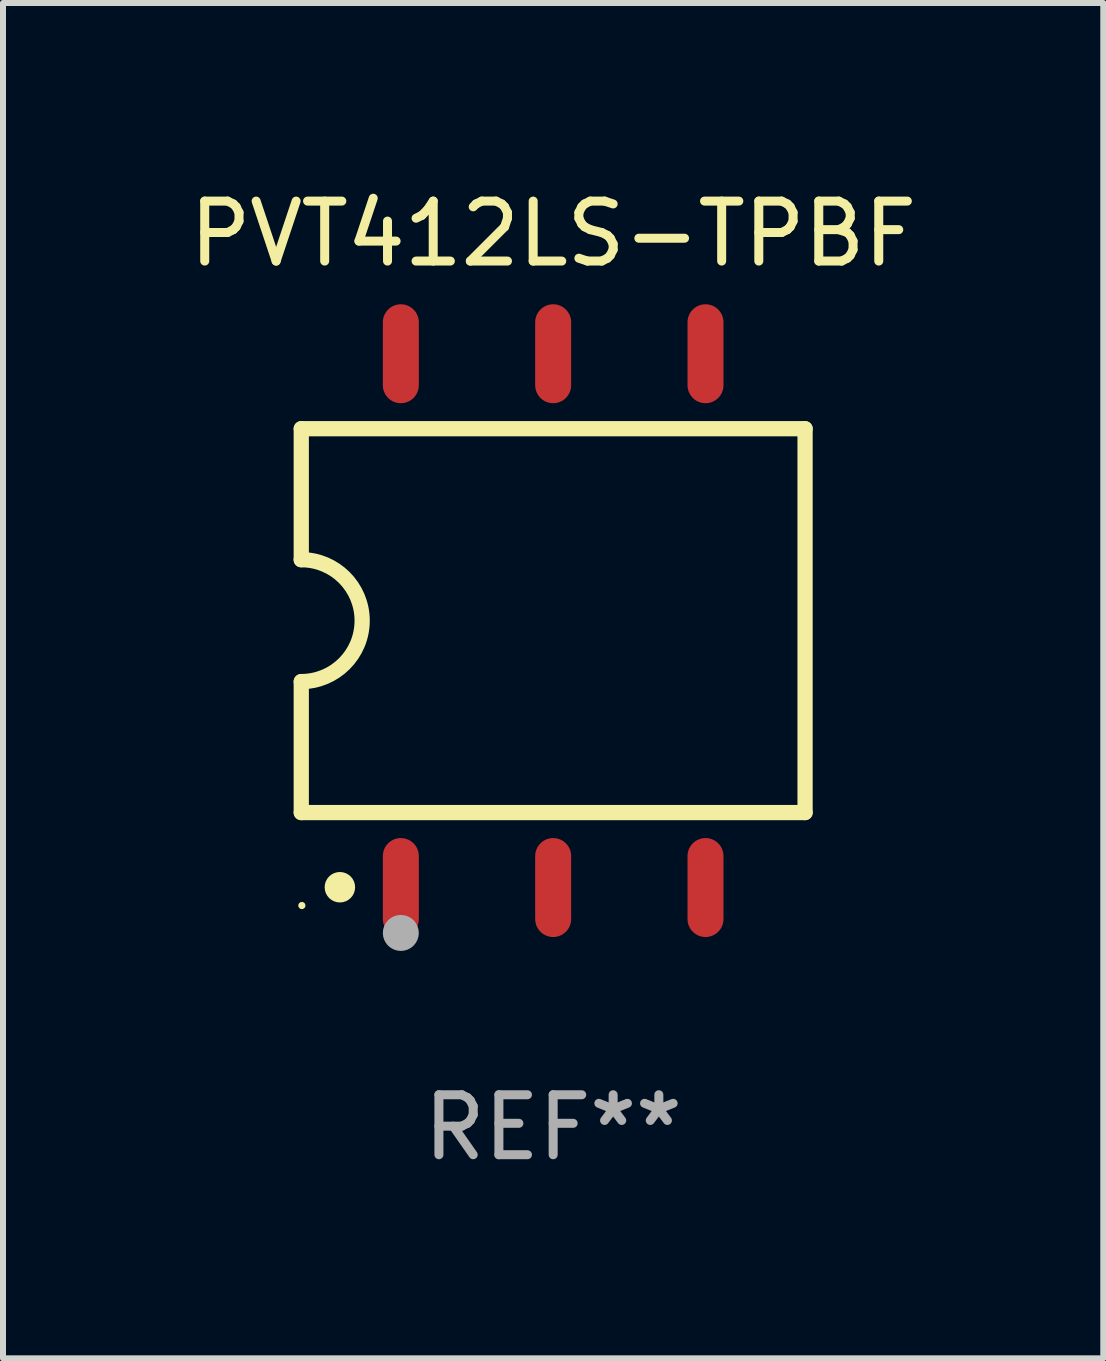
<source format=kicad_pcb>
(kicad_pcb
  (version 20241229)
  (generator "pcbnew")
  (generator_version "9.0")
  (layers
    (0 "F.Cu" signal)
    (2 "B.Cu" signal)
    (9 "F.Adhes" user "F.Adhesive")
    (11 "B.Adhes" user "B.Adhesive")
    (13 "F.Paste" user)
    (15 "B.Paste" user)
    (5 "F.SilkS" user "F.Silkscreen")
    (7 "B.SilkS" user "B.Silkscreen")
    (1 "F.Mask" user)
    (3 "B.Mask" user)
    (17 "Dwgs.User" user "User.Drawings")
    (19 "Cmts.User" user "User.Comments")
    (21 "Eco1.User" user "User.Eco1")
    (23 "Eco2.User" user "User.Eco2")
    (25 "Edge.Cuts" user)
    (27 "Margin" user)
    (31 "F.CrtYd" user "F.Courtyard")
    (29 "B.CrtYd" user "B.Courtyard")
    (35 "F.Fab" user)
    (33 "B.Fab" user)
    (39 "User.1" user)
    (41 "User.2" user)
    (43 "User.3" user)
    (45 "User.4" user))
  (footprint "PVT412LS-TPBF"
    (layer "F.Cu")
    (at 6.173 7.298)
    (property "Reference" "PVT412LS-TPBF" (at 0 -6.45 0) (layer "F.SilkS") (effects (font (size 1 1) (thickness 0.15))))
    (attr through_hole)
    (fp_line (start -4.2 -3.2) (end -4.2 -1.016) (stroke (width 0.254) (type solid)) (layer "F.SilkS"))
    (fp_line (start -4.2 -3.2) (end 4.2 -3.2) (stroke (width 0.254) (type solid)) (layer "F.SilkS"))
    (fp_line (start -4.2 3.2) (end -4.2 1.016) (stroke (width 0.254) (type solid)) (layer "F.SilkS"))
    (fp_line (start 4.2 -3.2) (end 4.2 3.2) (stroke (width 0.254) (type solid)) (layer "F.SilkS"))
    (fp_line (start 4.2 3.2) (end -4.2 3.2) (stroke (width 0.254) (type solid)) (layer "F.SilkS"))
    (fp_arc (start -4.201169 -1.016003) (mid -3.185166 -0.000585) (end -4.2 1.016002) (stroke (width 0.254001) (type solid)) (layer "F.SilkS"))
    (fp_circle (center -4.19 4.75) (end -4.16 4.75) (stroke (width 0.06) (type solid)) (fill no) (layer "F.SilkS"))
    (fp_circle (center -3.556 4.445) (end -3.429 4.445) (stroke (width 0.254) (type solid)) (fill no) (layer "F.SilkS"))
    (fp_circle (center -2.54 5.207) (end -2.39 5.207) (stroke (width 0.3) (type solid)) (fill no) (layer "F.Fab"))
    (fp_text user "REF**" (at 0 8.45 0) (layer "F.Fab") (effects (font (size 1 1) (thickness 0.15))))
    (pad "1" smd oval (at -2.54 4.45 90) (size 1.65 0.6) (layers "F.Cu" "F.Mask" "F.Paste"))
    (pad "2" smd oval (at 0 4.45 90) (size 1.65 0.6) (layers "F.Cu" "F.Mask" "F.Paste"))
    (pad "3" smd oval (at 2.54 4.45 90) (size 1.65 0.6) (layers "F.Cu" "F.Mask" "F.Paste"))
    (pad "4" smd oval (at 2.54 -4.45 90) (size 1.65 0.6) (layers "F.Cu" "F.Mask" "F.Paste"))
    (pad "5" smd oval (at 0 -4.45 90) (size 1.65 0.6) (layers "F.Cu" "F.Mask" "F.Paste"))
    (pad "6" smd oval (at -2.54 -4.45 90) (size 1.65 0.6) (layers "F.Cu" "F.Mask" "F.Paste")))
  (gr_rect
    (start -3 -3)
    (end 15.345 19.597)
    (stroke (width 0.1) (type default))
    (fill no)
    (layer "Edge.Cuts")))
</source>
